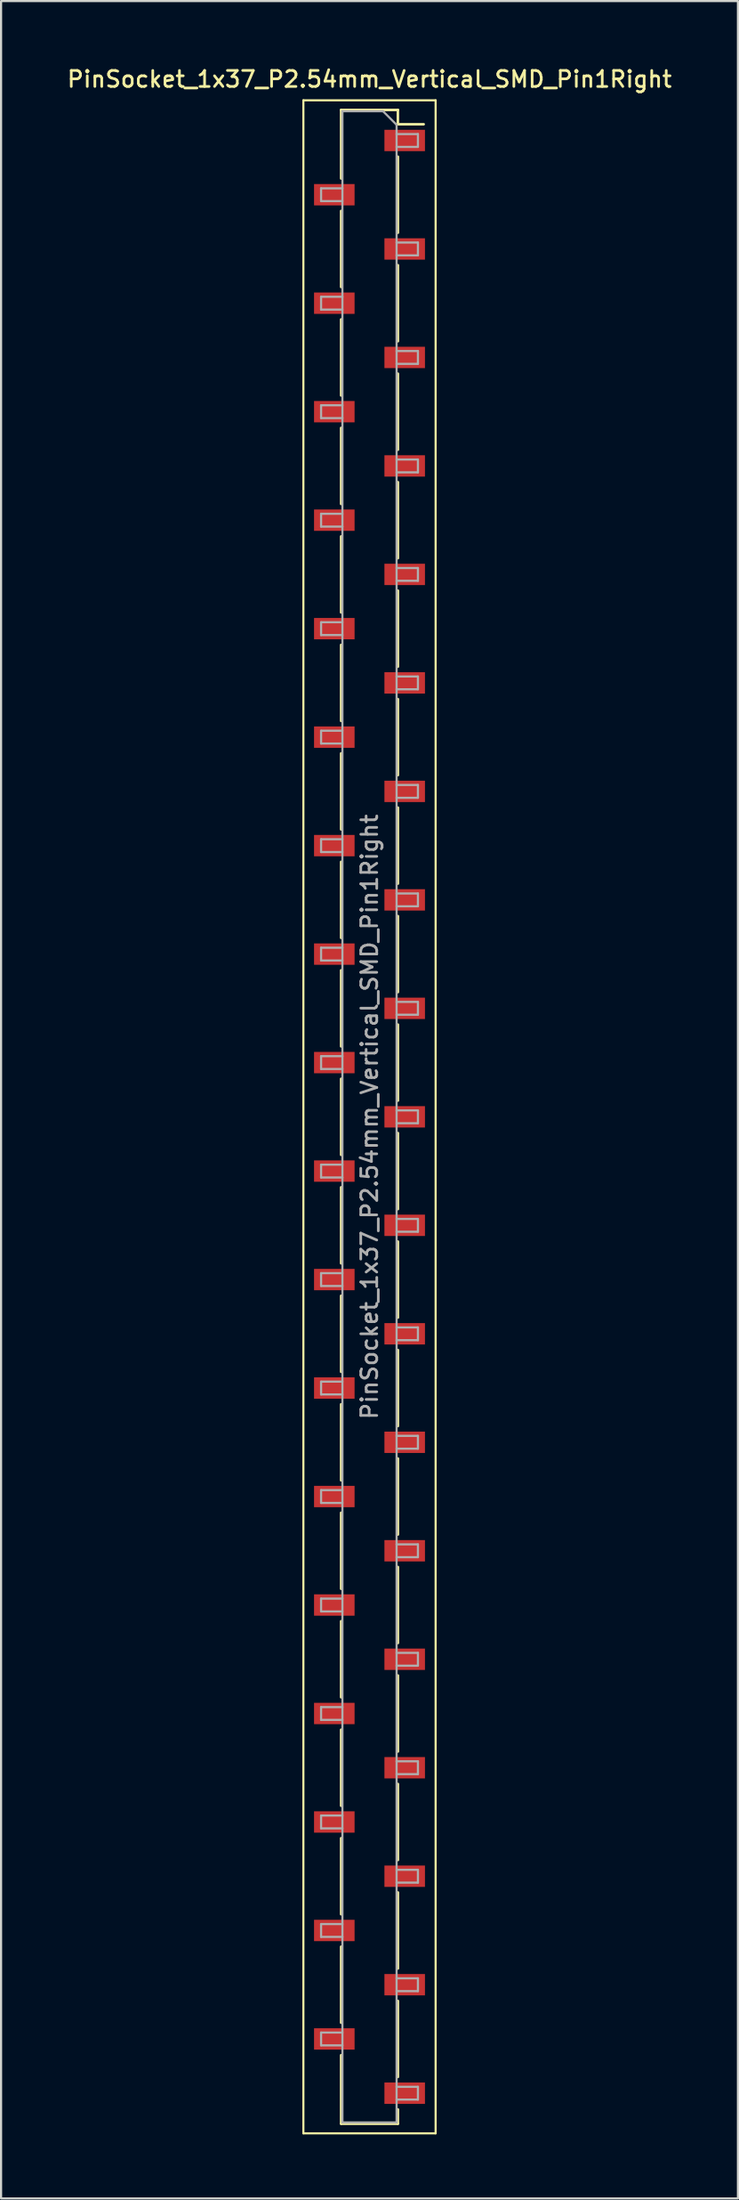
<source format=kicad_pcb>
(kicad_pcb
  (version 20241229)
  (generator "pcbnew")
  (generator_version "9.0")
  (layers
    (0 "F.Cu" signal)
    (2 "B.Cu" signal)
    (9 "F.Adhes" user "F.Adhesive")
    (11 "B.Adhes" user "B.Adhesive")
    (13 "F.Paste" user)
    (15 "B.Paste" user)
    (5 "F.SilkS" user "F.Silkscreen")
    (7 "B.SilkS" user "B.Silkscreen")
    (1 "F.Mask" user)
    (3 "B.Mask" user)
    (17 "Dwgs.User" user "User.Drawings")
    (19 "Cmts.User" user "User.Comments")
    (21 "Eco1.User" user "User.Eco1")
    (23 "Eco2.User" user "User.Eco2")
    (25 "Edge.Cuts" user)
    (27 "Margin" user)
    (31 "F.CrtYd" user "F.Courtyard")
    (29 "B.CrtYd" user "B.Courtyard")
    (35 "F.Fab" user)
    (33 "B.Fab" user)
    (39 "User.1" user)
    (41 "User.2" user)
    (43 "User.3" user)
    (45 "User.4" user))
  (footprint "PinSocket_1x37_P2.54mm_Vertical_SMD_Pin1Right"
    (layer "F.Cu")
    (at 14.273 49.248)
    (property "Reference" "PinSocket_1x37_P2.54mm_Vertical_SMD_Pin1Right" (at 0 -48.59 0) (layer "F.SilkS") (effects (font (size 0.75 0.75) (thickness 0.125))))
    (attr smd)
    (fp_line (start -3.1 -47.6) (end 3.1 -47.6) (stroke (width 0.1) (type solid)) (layer "F.SilkS"))
    (fp_line (start -3.1 47.6) (end -3.1 -47.6) (stroke (width 0.1) (type solid)) (layer "F.SilkS"))
    (fp_line (start -1.33 -47.15) (end -1.33 -43.94) (stroke (width 0.12) (type solid)) (layer "F.SilkS"))
    (fp_line (start -1.33 -47.15) (end 1.33 -47.15) (stroke (width 0.12) (type solid)) (layer "F.SilkS"))
    (fp_line (start -1.33 -42.42) (end -1.33 -38.86) (stroke (width 0.12) (type solid)) (layer "F.SilkS"))
    (fp_line (start -1.33 -37.34) (end -1.33 -33.78) (stroke (width 0.12) (type solid)) (layer "F.SilkS"))
    (fp_line (start -1.33 -32.26) (end -1.33 -28.7) (stroke (width 0.12) (type solid)) (layer "F.SilkS"))
    (fp_line (start -1.33 -27.18) (end -1.33 -23.62) (stroke (width 0.12) (type solid)) (layer "F.SilkS"))
    (fp_line (start -1.33 -22.1) (end -1.33 -18.54) (stroke (width 0.12) (type solid)) (layer "F.SilkS"))
    (fp_line (start -1.33 -17.02) (end -1.33 -13.46) (stroke (width 0.12) (type solid)) (layer "F.SilkS"))
    (fp_line (start -1.33 -11.94) (end -1.33 -8.38) (stroke (width 0.12) (type solid)) (layer "F.SilkS"))
    (fp_line (start -1.33 -6.86) (end -1.33 -3.3) (stroke (width 0.12) (type solid)) (layer "F.SilkS"))
    (fp_line (start -1.33 -1.78) (end -1.33 1.78) (stroke (width 0.12) (type solid)) (layer "F.SilkS"))
    (fp_line (start -1.33 3.3) (end -1.33 6.86) (stroke (width 0.12) (type solid)) (layer "F.SilkS"))
    (fp_line (start -1.33 8.38) (end -1.33 11.94) (stroke (width 0.12) (type solid)) (layer "F.SilkS"))
    (fp_line (start -1.33 13.46) (end -1.33 17.02) (stroke (width 0.12) (type solid)) (layer "F.SilkS"))
    (fp_line (start -1.33 18.54) (end -1.33 22.1) (stroke (width 0.12) (type solid)) (layer "F.SilkS"))
    (fp_line (start -1.33 23.62) (end -1.33 27.18) (stroke (width 0.12) (type solid)) (layer "F.SilkS"))
    (fp_line (start -1.33 28.7) (end -1.33 32.26) (stroke (width 0.12) (type solid)) (layer "F.SilkS"))
    (fp_line (start -1.33 33.78) (end -1.33 37.34) (stroke (width 0.12) (type solid)) (layer "F.SilkS"))
    (fp_line (start -1.33 38.86) (end -1.33 42.42) (stroke (width 0.12) (type solid)) (layer "F.SilkS"))
    (fp_line (start -1.33 43.94) (end -1.33 47.15) (stroke (width 0.12) (type solid)) (layer "F.SilkS"))
    (fp_line (start -1.33 47.15) (end 1.33 47.15) (stroke (width 0.12) (type solid)) (layer "F.SilkS"))
    (fp_line (start 1.33 -47.15) (end 1.33 -46.48) (stroke (width 0.12) (type solid)) (layer "F.SilkS"))
    (fp_line (start 1.33 -46.48) (end 2.54 -46.48) (stroke (width 0.12) (type solid)) (layer "F.SilkS"))
    (fp_line (start 1.33 -44.96) (end 1.33 -41.4) (stroke (width 0.12) (type solid)) (layer "F.SilkS"))
    (fp_line (start 1.33 -39.88) (end 1.33 -36.32) (stroke (width 0.12) (type solid)) (layer "F.SilkS"))
    (fp_line (start 1.33 -34.8) (end 1.33 -31.24) (stroke (width 0.12) (type solid)) (layer "F.SilkS"))
    (fp_line (start 1.33 -29.72) (end 1.33 -26.16) (stroke (width 0.12) (type solid)) (layer "F.SilkS"))
    (fp_line (start 1.33 -24.64) (end 1.33 -21.08) (stroke (width 0.12) (type solid)) (layer "F.SilkS"))
    (fp_line (start 1.33 -19.56) (end 1.33 -16) (stroke (width 0.12) (type solid)) (layer "F.SilkS"))
    (fp_line (start 1.33 -14.48) (end 1.33 -10.92) (stroke (width 0.12) (type solid)) (layer "F.SilkS"))
    (fp_line (start 1.33 -9.4) (end 1.33 -5.84) (stroke (width 0.12) (type solid)) (layer "F.SilkS"))
    (fp_line (start 1.33 -4.32) (end 1.33 -0.76) (stroke (width 0.12) (type solid)) (layer "F.SilkS"))
    (fp_line (start 1.33 0.76) (end 1.33 4.32) (stroke (width 0.12) (type solid)) (layer "F.SilkS"))
    (fp_line (start 1.33 5.84) (end 1.33 9.4) (stroke (width 0.12) (type solid)) (layer "F.SilkS"))
    (fp_line (start 1.33 10.92) (end 1.33 14.48) (stroke (width 0.12) (type solid)) (layer "F.SilkS"))
    (fp_line (start 1.33 16) (end 1.33 19.56) (stroke (width 0.12) (type solid)) (layer "F.SilkS"))
    (fp_line (start 1.33 21.08) (end 1.33 24.64) (stroke (width 0.12) (type solid)) (layer "F.SilkS"))
    (fp_line (start 1.33 26.16) (end 1.33 29.72) (stroke (width 0.12) (type solid)) (layer "F.SilkS"))
    (fp_line (start 1.33 31.24) (end 1.33 34.8) (stroke (width 0.12) (type solid)) (layer "F.SilkS"))
    (fp_line (start 1.33 36.32) (end 1.33 39.88) (stroke (width 0.12) (type solid)) (layer "F.SilkS"))
    (fp_line (start 1.33 41.4) (end 1.33 44.96) (stroke (width 0.12) (type solid)) (layer "F.SilkS"))
    (fp_line (start 1.33 46.48) (end 1.33 47.15) (stroke (width 0.12) (type solid)) (layer "F.SilkS"))
    (fp_line (start 3.1 -47.6) (end 3.1 47.6) (stroke (width 0.1) (type solid)) (layer "F.SilkS"))
    (fp_line (start 3.1 47.6) (end -3.1 47.6) (stroke (width 0.1) (type solid)) (layer "F.SilkS"))
    (fp_line (start -2.27 -43.48) (end -1.27 -43.48) (stroke (width 0.1) (type solid)) (layer "F.Fab"))
    (fp_line (start -2.27 -42.88) (end -2.27 -43.48) (stroke (width 0.1) (type solid)) (layer "F.Fab"))
    (fp_line (start -2.27 -38.4) (end -1.27 -38.4) (stroke (width 0.1) (type solid)) (layer "F.Fab"))
    (fp_line (start -2.27 -37.8) (end -2.27 -38.4) (stroke (width 0.1) (type solid)) (layer "F.Fab"))
    (fp_line (start -2.27 -33.32) (end -1.27 -33.32) (stroke (width 0.1) (type solid)) (layer "F.Fab"))
    (fp_line (start -2.27 -32.72) (end -2.27 -33.32) (stroke (width 0.1) (type solid)) (layer "F.Fab"))
    (fp_line (start -2.27 -28.24) (end -1.27 -28.24) (stroke (width 0.1) (type solid)) (layer "F.Fab"))
    (fp_line (start -2.27 -27.64) (end -2.27 -28.24) (stroke (width 0.1) (type solid)) (layer "F.Fab"))
    (fp_line (start -2.27 -23.16) (end -1.27 -23.16) (stroke (width 0.1) (type solid)) (layer "F.Fab"))
    (fp_line (start -2.27 -22.56) (end -2.27 -23.16) (stroke (width 0.1) (type solid)) (layer "F.Fab"))
    (fp_line (start -2.27 -18.08) (end -1.27 -18.08) (stroke (width 0.1) (type solid)) (layer "F.Fab"))
    (fp_line (start -2.27 -17.48) (end -2.27 -18.08) (stroke (width 0.1) (type solid)) (layer "F.Fab"))
    (fp_line (start -2.27 -13) (end -1.27 -13) (stroke (width 0.1) (type solid)) (layer "F.Fab"))
    (fp_line (start -2.27 -12.4) (end -2.27 -13) (stroke (width 0.1) (type solid)) (layer "F.Fab"))
    (fp_line (start -2.27 -7.92) (end -1.27 -7.92) (stroke (width 0.1) (type solid)) (layer "F.Fab"))
    (fp_line (start -2.27 -7.32) (end -2.27 -7.92) (stroke (width 0.1) (type solid)) (layer "F.Fab"))
    (fp_line (start -2.27 -2.84) (end -1.27 -2.84) (stroke (width 0.1) (type solid)) (layer "F.Fab"))
    (fp_line (start -2.27 -2.24) (end -2.27 -2.84) (stroke (width 0.1) (type solid)) (layer "F.Fab"))
    (fp_line (start -2.27 2.24) (end -1.27 2.24) (stroke (width 0.1) (type solid)) (layer "F.Fab"))
    (fp_line (start -2.27 2.84) (end -2.27 2.24) (stroke (width 0.1) (type solid)) (layer "F.Fab"))
    (fp_line (start -2.27 7.32) (end -1.27 7.32) (stroke (width 0.1) (type solid)) (layer "F.Fab"))
    (fp_line (start -2.27 7.92) (end -2.27 7.32) (stroke (width 0.1) (type solid)) (layer "F.Fab"))
    (fp_line (start -2.27 12.4) (end -1.27 12.4) (stroke (width 0.1) (type solid)) (layer "F.Fab"))
    (fp_line (start -2.27 13) (end -2.27 12.4) (stroke (width 0.1) (type solid)) (layer "F.Fab"))
    (fp_line (start -2.27 17.48) (end -1.27 17.48) (stroke (width 0.1) (type solid)) (layer "F.Fab"))
    (fp_line (start -2.27 18.08) (end -2.27 17.48) (stroke (width 0.1) (type solid)) (layer "F.Fab"))
    (fp_line (start -2.27 22.56) (end -1.27 22.56) (stroke (width 0.1) (type solid)) (layer "F.Fab"))
    (fp_line (start -2.27 23.16) (end -2.27 22.56) (stroke (width 0.1) (type solid)) (layer "F.Fab"))
    (fp_line (start -2.27 27.64) (end -1.27 27.64) (stroke (width 0.1) (type solid)) (layer "F.Fab"))
    (fp_line (start -2.27 28.24) (end -2.27 27.64) (stroke (width 0.1) (type solid)) (layer "F.Fab"))
    (fp_line (start -2.27 32.72) (end -1.27 32.72) (stroke (width 0.1) (type solid)) (layer "F.Fab"))
    (fp_line (start -2.27 33.32) (end -2.27 32.72) (stroke (width 0.1) (type solid)) (layer "F.Fab"))
    (fp_line (start -2.27 37.8) (end -1.27 37.8) (stroke (width 0.1) (type solid)) (layer "F.Fab"))
    (fp_line (start -2.27 38.4) (end -2.27 37.8) (stroke (width 0.1) (type solid)) (layer "F.Fab"))
    (fp_line (start -2.27 42.88) (end -1.27 42.88) (stroke (width 0.1) (type solid)) (layer "F.Fab"))
    (fp_line (start -2.27 43.48) (end -2.27 42.88) (stroke (width 0.1) (type solid)) (layer "F.Fab"))
    (fp_line (start -1.27 -47.09) (end 0.635 -47.09) (stroke (width 0.1) (type solid)) (layer "F.Fab"))
    (fp_line (start -1.27 -42.88) (end -2.27 -42.88) (stroke (width 0.1) (type solid)) (layer "F.Fab"))
    (fp_line (start -1.27 -37.8) (end -2.27 -37.8) (stroke (width 0.1) (type solid)) (layer "F.Fab"))
    (fp_line (start -1.27 -32.72) (end -2.27 -32.72) (stroke (width 0.1) (type solid)) (layer "F.Fab"))
    (fp_line (start -1.27 -27.64) (end -2.27 -27.64) (stroke (width 0.1) (type solid)) (layer "F.Fab"))
    (fp_line (start -1.27 -22.56) (end -2.27 -22.56) (stroke (width 0.1) (type solid)) (layer "F.Fab"))
    (fp_line (start -1.27 -17.48) (end -2.27 -17.48) (stroke (width 0.1) (type solid)) (layer "F.Fab"))
    (fp_line (start -1.27 -12.4) (end -2.27 -12.4) (stroke (width 0.1) (type solid)) (layer "F.Fab"))
    (fp_line (start -1.27 -7.32) (end -2.27 -7.32) (stroke (width 0.1) (type solid)) (layer "F.Fab"))
    (fp_line (start -1.27 -2.24) (end -2.27 -2.24) (stroke (width 0.1) (type solid)) (layer "F.Fab"))
    (fp_line (start -1.27 2.84) (end -2.27 2.84) (stroke (width 0.1) (type solid)) (layer "F.Fab"))
    (fp_line (start -1.27 7.92) (end -2.27 7.92) (stroke (width 0.1) (type solid)) (layer "F.Fab"))
    (fp_line (start -1.27 13) (end -2.27 13) (stroke (width 0.1) (type solid)) (layer "F.Fab"))
    (fp_line (start -1.27 18.08) (end -2.27 18.08) (stroke (width 0.1) (type solid)) (layer "F.Fab"))
    (fp_line (start -1.27 23.16) (end -2.27 23.16) (stroke (width 0.1) (type solid)) (layer "F.Fab"))
    (fp_line (start -1.27 28.24) (end -2.27 28.24) (stroke (width 0.1) (type solid)) (layer "F.Fab"))
    (fp_line (start -1.27 33.32) (end -2.27 33.32) (stroke (width 0.1) (type solid)) (layer "F.Fab"))
    (fp_line (start -1.27 38.4) (end -2.27 38.4) (stroke (width 0.1) (type solid)) (layer "F.Fab"))
    (fp_line (start -1.27 43.48) (end -2.27 43.48) (stroke (width 0.1) (type solid)) (layer "F.Fab"))
    (fp_line (start -1.27 47.09) (end -1.27 -47.09) (stroke (width 0.1) (type solid)) (layer "F.Fab"))
    (fp_line (start 0.635 -47.09) (end 1.27 -46.455) (stroke (width 0.1) (type solid)) (layer "F.Fab"))
    (fp_line (start 1.27 -46.455) (end 1.27 47.09) (stroke (width 0.1) (type solid)) (layer "F.Fab"))
    (fp_line (start 1.27 -46.02) (end 2.27 -46.02) (stroke (width 0.1) (type solid)) (layer "F.Fab"))
    (fp_line (start 1.27 -40.94) (end 2.27 -40.94) (stroke (width 0.1) (type solid)) (layer "F.Fab"))
    (fp_line (start 1.27 -35.86) (end 2.27 -35.86) (stroke (width 0.1) (type solid)) (layer "F.Fab"))
    (fp_line (start 1.27 -30.78) (end 2.27 -30.78) (stroke (width 0.1) (type solid)) (layer "F.Fab"))
    (fp_line (start 1.27 -25.7) (end 2.27 -25.7) (stroke (width 0.1) (type solid)) (layer "F.Fab"))
    (fp_line (start 1.27 -20.62) (end 2.27 -20.62) (stroke (width 0.1) (type solid)) (layer "F.Fab"))
    (fp_line (start 1.27 -15.54) (end 2.27 -15.54) (stroke (width 0.1) (type solid)) (layer "F.Fab"))
    (fp_line (start 1.27 -10.46) (end 2.27 -10.46) (stroke (width 0.1) (type solid)) (layer "F.Fab"))
    (fp_line (start 1.27 -5.38) (end 2.27 -5.38) (stroke (width 0.1) (type solid)) (layer "F.Fab"))
    (fp_line (start 1.27 -0.3) (end 2.27 -0.3) (stroke (width 0.1) (type solid)) (layer "F.Fab"))
    (fp_line (start 1.27 4.78) (end 2.27 4.78) (stroke (width 0.1) (type solid)) (layer "F.Fab"))
    (fp_line (start 1.27 9.86) (end 2.27 9.86) (stroke (width 0.1) (type solid)) (layer "F.Fab"))
    (fp_line (start 1.27 14.94) (end 2.27 14.94) (stroke (width 0.1) (type solid)) (layer "F.Fab"))
    (fp_line (start 1.27 20.02) (end 2.27 20.02) (stroke (width 0.1) (type solid)) (layer "F.Fab"))
    (fp_line (start 1.27 25.1) (end 2.27 25.1) (stroke (width 0.1) (type solid)) (layer "F.Fab"))
    (fp_line (start 1.27 30.18) (end 2.27 30.18) (stroke (width 0.1) (type solid)) (layer "F.Fab"))
    (fp_line (start 1.27 35.26) (end 2.27 35.26) (stroke (width 0.1) (type solid)) (layer "F.Fab"))
    (fp_line (start 1.27 40.34) (end 2.27 40.34) (stroke (width 0.1) (type solid)) (layer "F.Fab"))
    (fp_line (start 1.27 45.42) (end 2.27 45.42) (stroke (width 0.1) (type solid)) (layer "F.Fab"))
    (fp_line (start 1.27 47.09) (end -1.27 47.09) (stroke (width 0.1) (type solid)) (layer "F.Fab"))
    (fp_line (start 2.27 -46.02) (end 2.27 -45.42) (stroke (width 0.1) (type solid)) (layer "F.Fab"))
    (fp_line (start 2.27 -45.42) (end 1.27 -45.42) (stroke (width 0.1) (type solid)) (layer "F.Fab"))
    (fp_line (start 2.27 -40.94) (end 2.27 -40.34) (stroke (width 0.1) (type solid)) (layer "F.Fab"))
    (fp_line (start 2.27 -40.34) (end 1.27 -40.34) (stroke (width 0.1) (type solid)) (layer "F.Fab"))
    (fp_line (start 2.27 -35.86) (end 2.27 -35.26) (stroke (width 0.1) (type solid)) (layer "F.Fab"))
    (fp_line (start 2.27 -35.26) (end 1.27 -35.26) (stroke (width 0.1) (type solid)) (layer "F.Fab"))
    (fp_line (start 2.27 -30.78) (end 2.27 -30.18) (stroke (width 0.1) (type solid)) (layer "F.Fab"))
    (fp_line (start 2.27 -30.18) (end 1.27 -30.18) (stroke (width 0.1) (type solid)) (layer "F.Fab"))
    (fp_line (start 2.27 -25.7) (end 2.27 -25.1) (stroke (width 0.1) (type solid)) (layer "F.Fab"))
    (fp_line (start 2.27 -25.1) (end 1.27 -25.1) (stroke (width 0.1) (type solid)) (layer "F.Fab"))
    (fp_line (start 2.27 -20.62) (end 2.27 -20.02) (stroke (width 0.1) (type solid)) (layer "F.Fab"))
    (fp_line (start 2.27 -20.02) (end 1.27 -20.02) (stroke (width 0.1) (type solid)) (layer "F.Fab"))
    (fp_line (start 2.27 -15.54) (end 2.27 -14.94) (stroke (width 0.1) (type solid)) (layer "F.Fab"))
    (fp_line (start 2.27 -14.94) (end 1.27 -14.94) (stroke (width 0.1) (type solid)) (layer "F.Fab"))
    (fp_line (start 2.27 -10.46) (end 2.27 -9.86) (stroke (width 0.1) (type solid)) (layer "F.Fab"))
    (fp_line (start 2.27 -9.86) (end 1.27 -9.86) (stroke (width 0.1) (type solid)) (layer "F.Fab"))
    (fp_line (start 2.27 -5.38) (end 2.27 -4.78) (stroke (width 0.1) (type solid)) (layer "F.Fab"))
    (fp_line (start 2.27 -4.78) (end 1.27 -4.78) (stroke (width 0.1) (type solid)) (layer "F.Fab"))
    (fp_line (start 2.27 -0.3) (end 2.27 0.3) (stroke (width 0.1) (type solid)) (layer "F.Fab"))
    (fp_line (start 2.27 0.3) (end 1.27 0.3) (stroke (width 0.1) (type solid)) (layer "F.Fab"))
    (fp_line (start 2.27 4.78) (end 2.27 5.38) (stroke (width 0.1) (type solid)) (layer "F.Fab"))
    (fp_line (start 2.27 5.38) (end 1.27 5.38) (stroke (width 0.1) (type solid)) (layer "F.Fab"))
    (fp_line (start 2.27 9.86) (end 2.27 10.46) (stroke (width 0.1) (type solid)) (layer "F.Fab"))
    (fp_line (start 2.27 10.46) (end 1.27 10.46) (stroke (width 0.1) (type solid)) (layer "F.Fab"))
    (fp_line (start 2.27 14.94) (end 2.27 15.54) (stroke (width 0.1) (type solid)) (layer "F.Fab"))
    (fp_line (start 2.27 15.54) (end 1.27 15.54) (stroke (width 0.1) (type solid)) (layer "F.Fab"))
    (fp_line (start 2.27 20.02) (end 2.27 20.62) (stroke (width 0.1) (type solid)) (layer "F.Fab"))
    (fp_line (start 2.27 20.62) (end 1.27 20.62) (stroke (width 0.1) (type solid)) (layer "F.Fab"))
    (fp_line (start 2.27 25.1) (end 2.27 25.7) (stroke (width 0.1) (type solid)) (layer "F.Fab"))
    (fp_line (start 2.27 25.7) (end 1.27 25.7) (stroke (width 0.1) (type solid)) (layer "F.Fab"))
    (fp_line (start 2.27 30.18) (end 2.27 30.78) (stroke (width 0.1) (type solid)) (layer "F.Fab"))
    (fp_line (start 2.27 30.78) (end 1.27 30.78) (stroke (width 0.1) (type solid)) (layer "F.Fab"))
    (fp_line (start 2.27 35.26) (end 2.27 35.86) (stroke (width 0.1) (type solid)) (layer "F.Fab"))
    (fp_line (start 2.27 35.86) (end 1.27 35.86) (stroke (width 0.1) (type solid)) (layer "F.Fab"))
    (fp_line (start 2.27 40.34) (end 2.27 40.94) (stroke (width 0.1) (type solid)) (layer "F.Fab"))
    (fp_line (start 2.27 40.94) (end 1.27 40.94) (stroke (width 0.1) (type solid)) (layer "F.Fab"))
    (fp_line (start 2.27 45.42) (end 2.27 46.02) (stroke (width 0.1) (type solid)) (layer "F.Fab"))
    (fp_line (start 2.27 46.02) (end 1.27 46.02) (stroke (width 0.1) (type solid)) (layer "F.Fab"))
    (fp_text user "${REFERENCE}" (at 0 0 90) (layer "F.Fab") (effects (font (size 0.75 0.75) (thickness 0.125))))
    (pad "1" smd rect (at 1.65 -45.72) (size 1.9 1) (layers "F.Cu" "F.Mask" "F.Paste"))
    (pad "2" smd rect (at -1.65 -43.18) (size 1.9 1) (layers "F.Cu" "F.Mask" "F.Paste"))
    (pad "3" smd rect (at 1.65 -40.64) (size 1.9 1) (layers "F.Cu" "F.Mask" "F.Paste"))
    (pad "4" smd rect (at -1.65 -38.1) (size 1.9 1) (layers "F.Cu" "F.Mask" "F.Paste"))
    (pad "5" smd rect (at 1.65 -35.56) (size 1.9 1) (layers "F.Cu" "F.Mask" "F.Paste"))
    (pad "6" smd rect (at -1.65 -33.02) (size 1.9 1) (layers "F.Cu" "F.Mask" "F.Paste"))
    (pad "7" smd rect (at 1.65 -30.48) (size 1.9 1) (layers "F.Cu" "F.Mask" "F.Paste"))
    (pad "8" smd rect (at -1.65 -27.94) (size 1.9 1) (layers "F.Cu" "F.Mask" "F.Paste"))
    (pad "9" smd rect (at 1.65 -25.4) (size 1.9 1) (layers "F.Cu" "F.Mask" "F.Paste"))
    (pad "10" smd rect (at -1.65 -22.86) (size 1.9 1) (layers "F.Cu" "F.Mask" "F.Paste"))
    (pad "11" smd rect (at 1.65 -20.32) (size 1.9 1) (layers "F.Cu" "F.Mask" "F.Paste"))
    (pad "12" smd rect (at -1.65 -17.78) (size 1.9 1) (layers "F.Cu" "F.Mask" "F.Paste"))
    (pad "13" smd rect (at 1.65 -15.24) (size 1.9 1) (layers "F.Cu" "F.Mask" "F.Paste"))
    (pad "14" smd rect (at -1.65 -12.7) (size 1.9 1) (layers "F.Cu" "F.Mask" "F.Paste"))
    (pad "15" smd rect (at 1.65 -10.16) (size 1.9 1) (layers "F.Cu" "F.Mask" "F.Paste"))
    (pad "16" smd rect (at -1.65 -7.62) (size 1.9 1) (layers "F.Cu" "F.Mask" "F.Paste"))
    (pad "17" smd rect (at 1.65 -5.08) (size 1.9 1) (layers "F.Cu" "F.Mask" "F.Paste"))
    (pad "18" smd rect (at -1.65 -2.54) (size 1.9 1) (layers "F.Cu" "F.Mask" "F.Paste"))
    (pad "19" smd rect (at 1.65 0) (size 1.9 1) (layers "F.Cu" "F.Mask" "F.Paste"))
    (pad "20" smd rect (at -1.65 2.54) (size 1.9 1) (layers "F.Cu" "F.Mask" "F.Paste"))
    (pad "21" smd rect (at 1.65 5.08) (size 1.9 1) (layers "F.Cu" "F.Mask" "F.Paste"))
    (pad "22" smd rect (at -1.65 7.62) (size 1.9 1) (layers "F.Cu" "F.Mask" "F.Paste"))
    (pad "23" smd rect (at 1.65 10.16) (size 1.9 1) (layers "F.Cu" "F.Mask" "F.Paste"))
    (pad "24" smd rect (at -1.65 12.7) (size 1.9 1) (layers "F.Cu" "F.Mask" "F.Paste"))
    (pad "25" smd rect (at 1.65 15.24) (size 1.9 1) (layers "F.Cu" "F.Mask" "F.Paste"))
    (pad "26" smd rect (at -1.65 17.78) (size 1.9 1) (layers "F.Cu" "F.Mask" "F.Paste"))
    (pad "27" smd rect (at 1.65 20.32) (size 1.9 1) (layers "F.Cu" "F.Mask" "F.Paste"))
    (pad "28" smd rect (at -1.65 22.86) (size 1.9 1) (layers "F.Cu" "F.Mask" "F.Paste"))
    (pad "29" smd rect (at 1.65 25.4) (size 1.9 1) (layers "F.Cu" "F.Mask" "F.Paste"))
    (pad "30" smd rect (at -1.65 27.94) (size 1.9 1) (layers "F.Cu" "F.Mask" "F.Paste"))
    (pad "31" smd rect (at 1.65 30.48) (size 1.9 1) (layers "F.Cu" "F.Mask" "F.Paste"))
    (pad "32" smd rect (at -1.65 33.02) (size 1.9 1) (layers "F.Cu" "F.Mask" "F.Paste"))
    (pad "33" smd rect (at 1.65 35.56) (size 1.9 1) (layers "F.Cu" "F.Mask" "F.Paste"))
    (pad "34" smd rect (at -1.65 38.1) (size 1.9 1) (layers "F.Cu" "F.Mask" "F.Paste"))
    (pad "35" smd rect (at 1.65 40.64) (size 1.9 1) (layers "F.Cu" "F.Mask" "F.Paste"))
    (pad "36" smd rect (at -1.65 43.18) (size 1.9 1) (layers "F.Cu" "F.Mask" "F.Paste"))
    (pad "37" smd rect (at 1.65 45.72) (size 1.9 1) (layers "F.Cu" "F.Mask" "F.Paste")))
  (gr_rect
    (start -3 -3)
    (end 31.546 99.898)
    (stroke (width 0.1) (type default))
    (fill no)
    (layer "Edge.Cuts")))
</source>
